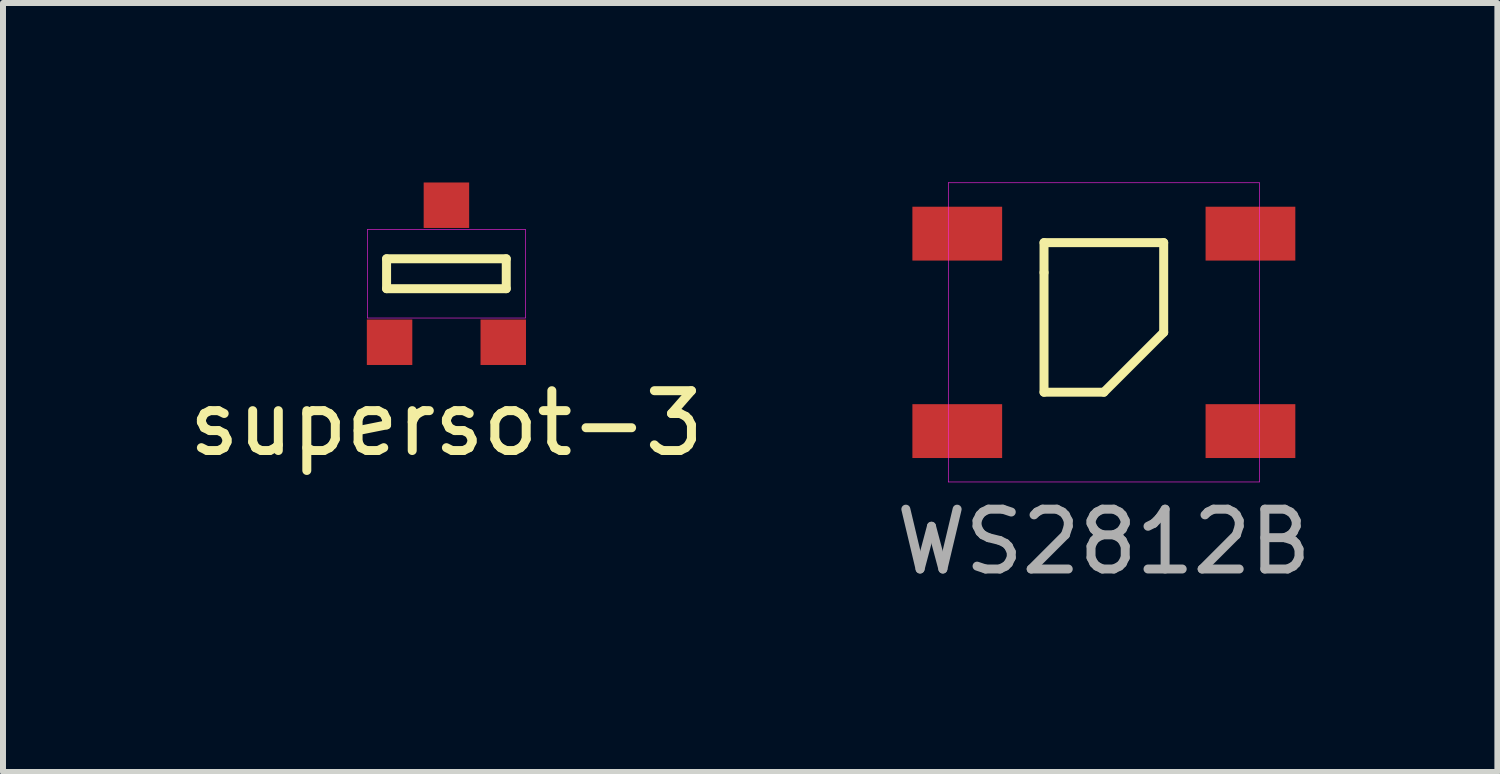
<source format=kicad_pcb>
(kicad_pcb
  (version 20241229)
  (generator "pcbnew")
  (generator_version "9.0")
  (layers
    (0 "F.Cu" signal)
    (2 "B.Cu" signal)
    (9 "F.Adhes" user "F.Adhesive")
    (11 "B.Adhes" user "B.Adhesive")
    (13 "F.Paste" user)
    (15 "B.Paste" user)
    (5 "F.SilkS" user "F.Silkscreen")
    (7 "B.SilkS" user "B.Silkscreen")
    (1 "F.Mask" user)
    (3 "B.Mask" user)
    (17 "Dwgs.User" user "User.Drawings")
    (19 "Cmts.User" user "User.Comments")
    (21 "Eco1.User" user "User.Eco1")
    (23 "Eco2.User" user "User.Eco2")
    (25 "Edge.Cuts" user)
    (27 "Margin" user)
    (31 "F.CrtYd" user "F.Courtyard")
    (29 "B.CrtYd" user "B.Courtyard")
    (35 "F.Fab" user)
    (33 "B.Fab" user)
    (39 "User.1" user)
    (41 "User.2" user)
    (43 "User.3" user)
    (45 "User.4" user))
  (footprint "WS2812B"
    (layer "F.Cu")
    (at 15.399 2.505)
    (property "Reference" "WS2812B" (at 0 3.5 0) (layer "F.Fab") (effects (font (size 1 1) (thickness 0.15))))
    (attr through_hole)
    (fp_line (start -1 -1.5) (end 1 -1.5) (stroke (width 0.15) (type solid)) (layer "F.SilkS"))
    (fp_line (start -1 -1) (end -1 -1.5) (stroke (width 0.15) (type solid)) (layer "F.SilkS"))
    (fp_line (start -1 1) (end -1 -1) (stroke (width 0.15) (type solid)) (layer "F.SilkS"))
    (fp_line (start 0 1) (end -1 1) (stroke (width 0.15) (type solid)) (layer "F.SilkS"))
    (fp_line (start 1 -1.5) (end 1 0) (stroke (width 0.15) (type solid)) (layer "F.SilkS"))
    (fp_line (start 1 0) (end 0 1) (stroke (width 0.15) (type solid)) (layer "F.SilkS"))
    (fp_line (start -2.6 -2.5) (end -2.6 2.5) (stroke (width 0.01) (type solid)) (layer "F.CrtYd"))
    (fp_line (start -2.6 2.5) (end 2.6 2.5) (stroke (width 0.01) (type solid)) (layer "F.CrtYd"))
    (fp_line (start 2.6 -2.5) (end -2.6 -2.5) (stroke (width 0.01) (type solid)) (layer "F.CrtYd"))
    (fp_line (start 2.6 2.5) (end 2.6 -2.5) (stroke (width 0.01) (type solid)) (layer "F.CrtYd"))
    (pad "1" smd rect (at -2.45 -1.65 180) (size 1.5 0.9) (layers "F.Cu" "F.Mask" "F.Paste"))
    (pad "2" smd rect (at -2.45 1.65 180) (size 1.5 0.9) (layers "F.Cu" "F.Mask" "F.Paste"))
    (pad "3" smd rect (at 2.45 1.65 180) (size 1.5 0.9) (layers "F.Cu" "F.Mask" "F.Paste"))
    (pad "4" smd rect (at 2.45 -1.65 180) (size 1.5 0.9) (layers "F.Cu" "F.Mask" "F.Paste")))
  (footprint "supersot-3"
    (layer "F.Cu")
    (at 4.411 1.525)
    (property "Reference" "supersot-3" (at 0 2.5 0) (layer "F.SilkS") (effects (font (size 1 1) (thickness 0.15))))
    (attr through_hole)
    (fp_line (start -1 -0.25) (end -1 0.25) (stroke (width 0.15) (type solid)) (layer "F.SilkS"))
    (fp_line (start -1 0.25) (end 1 0.25) (stroke (width 0.15) (type solid)) (layer "F.SilkS"))
    (fp_line (start 1 -0.25) (end -1 -0.25) (stroke (width 0.15) (type solid)) (layer "F.SilkS"))
    (fp_line (start 1 0.25) (end 1 -0.25) (stroke (width 0.15) (type solid)) (layer "F.SilkS"))
    (fp_line (start -1.32 -0.74) (end -1.32 0.74) (stroke (width 0.01) (type solid)) (layer "F.CrtYd"))
    (fp_line (start 1.32 -0.74) (end -1.32 -0.74) (stroke (width 0.01) (type solid)) (layer "F.CrtYd"))
    (fp_line (start 1.32 -0.74) (end 1.32 0.74) (stroke (width 0.01) (type solid)) (layer "F.CrtYd"))
    (fp_line (start 1.32 0.74) (end -1.32 0.74) (stroke (width 0.01) (type solid)) (layer "F.CrtYd"))
    (pad "D" smd rect (at 0 -1.145) (size 0.76 0.76) (layers "F.Cu" "F.Mask" "F.Paste"))
    (pad "G" smd rect (at -0.95 1.145) (size 0.76 0.76) (layers "F.Cu" "F.Mask" "F.Paste"))
    (pad "S" smd rect (at 0.95 1.145) (size 0.76 0.76) (layers "F.Cu" "F.Mask" "F.Paste")))
  (gr_rect
    (start -3 -3)
    (end 21.976 9.853)
    (stroke (width 0.1) (type default))
    (fill no)
    (layer "Edge.Cuts")))
</source>
